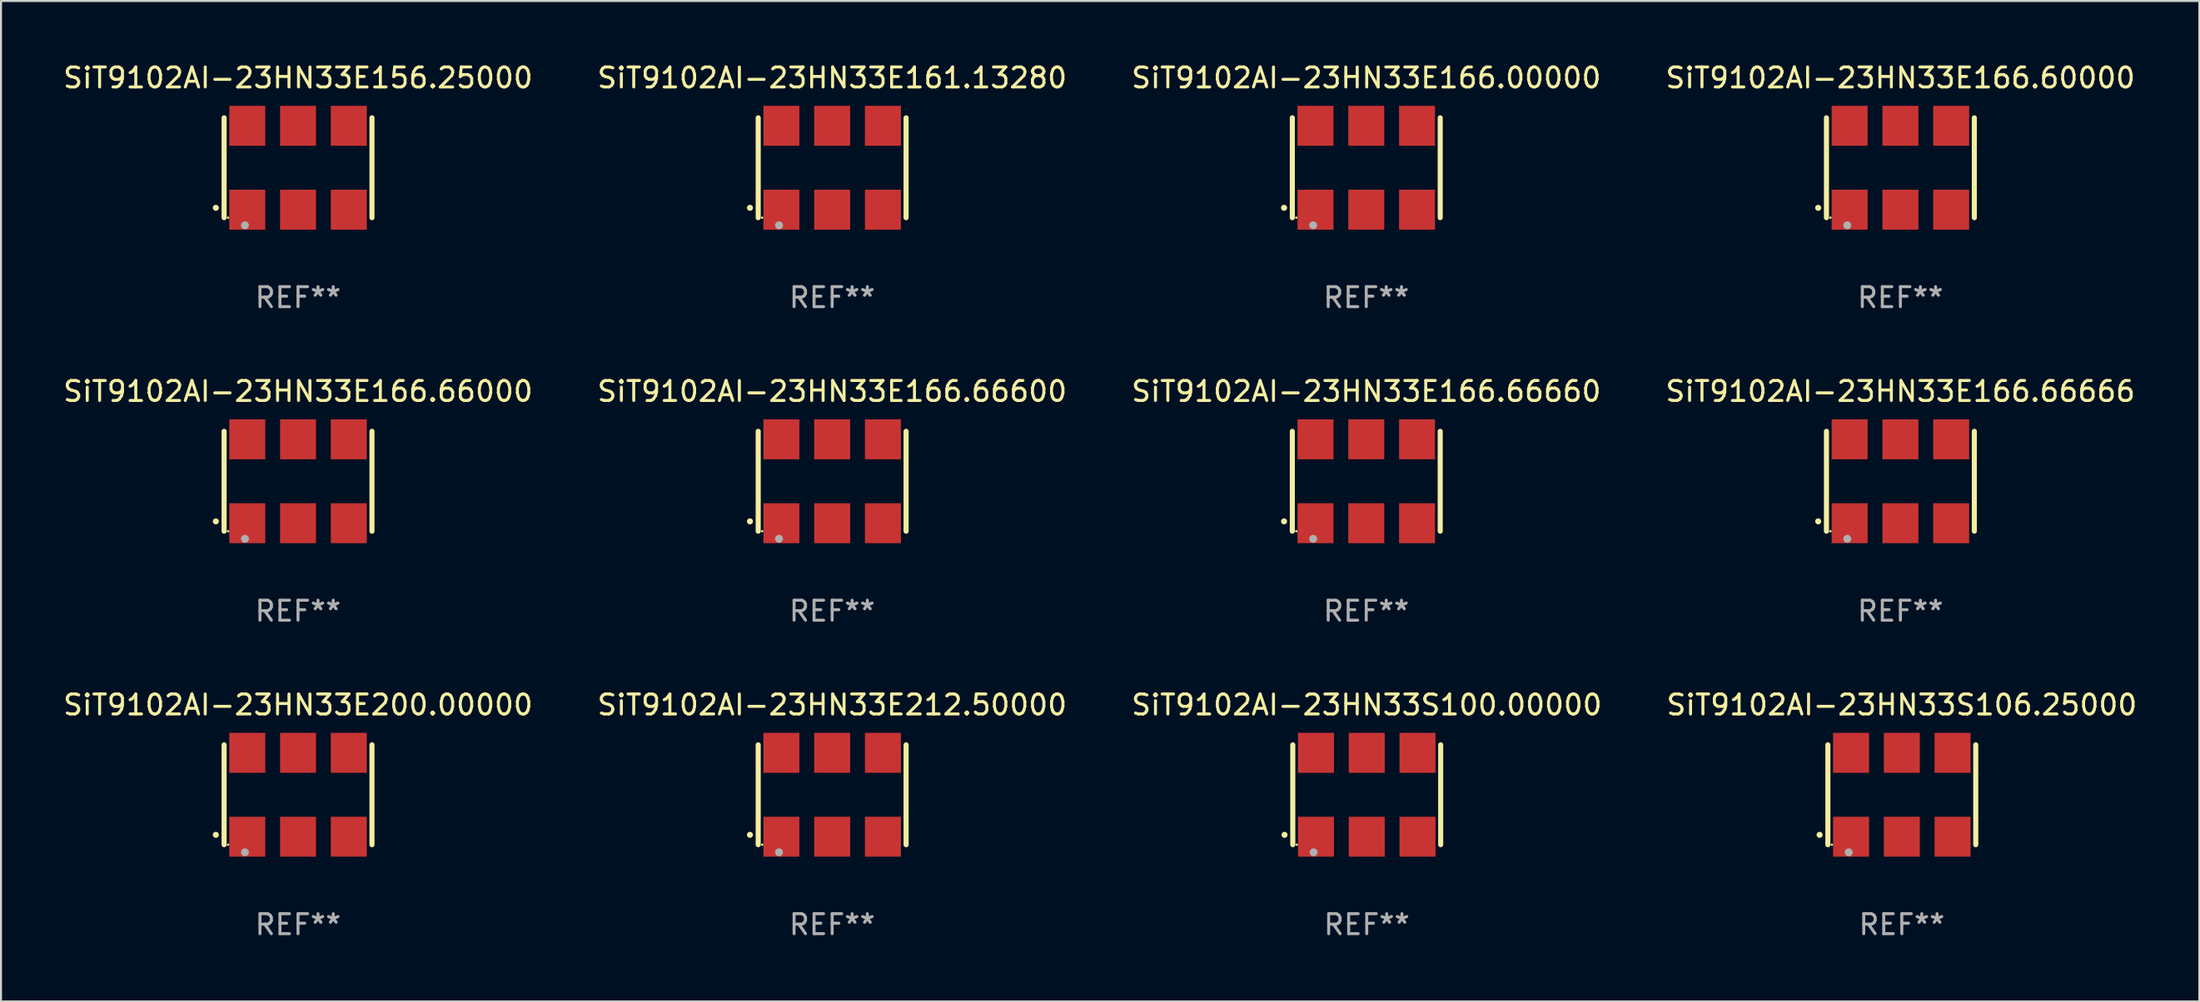
<source format=kicad_pcb>
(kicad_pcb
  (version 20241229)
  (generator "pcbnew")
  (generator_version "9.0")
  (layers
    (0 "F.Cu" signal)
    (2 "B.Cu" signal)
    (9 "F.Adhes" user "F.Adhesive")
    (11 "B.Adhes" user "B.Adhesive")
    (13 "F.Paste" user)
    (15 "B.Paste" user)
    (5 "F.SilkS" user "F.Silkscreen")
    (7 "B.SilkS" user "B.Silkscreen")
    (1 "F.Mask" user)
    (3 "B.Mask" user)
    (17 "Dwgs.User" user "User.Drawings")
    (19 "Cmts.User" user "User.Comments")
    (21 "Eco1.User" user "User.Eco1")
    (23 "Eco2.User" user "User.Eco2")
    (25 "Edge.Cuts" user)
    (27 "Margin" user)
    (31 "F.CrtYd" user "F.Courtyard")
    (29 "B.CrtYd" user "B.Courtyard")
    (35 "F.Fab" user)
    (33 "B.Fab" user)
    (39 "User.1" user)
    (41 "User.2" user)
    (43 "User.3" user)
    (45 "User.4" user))
  (footprint "SiT9102AI-23HN33E200.00000"
    (layer "F.Cu")
    (at 11.863 36.741)
    (property "Reference" "SiT9102AI-23HN33E200.00000" (at 0 -4.5 0) (layer "F.SilkS") (effects (font (size 1 1) (thickness 0.15))))
    (attr through_hole)
    (fp_line (start -3.7 -2.5) (end -3.7 2.5) (stroke (width 0.254) (type solid)) (layer "F.SilkS"))
    (fp_line (start 3.7 -2.5) (end 3.7 2.5) (stroke (width 0.254) (type solid)) (layer "F.SilkS"))
    (fp_arc (start -4.114415 2.006604) (mid -4.113145 2.006599) (end -4.111875 2.006604) (stroke (width 0.3) (type solid)) (layer "F.SilkS"))
    (fp_circle (center -3.502 2.5) (end -3.472 2.5) (stroke (width 0.06) (type solid)) (fill no) (layer "F.SilkS"))
    (fp_circle (center -2.657 2.882) (end -2.557 2.882) (stroke (width 0.2) (type solid)) (fill no) (layer "F.Fab"))
    (fp_text user "REF**" (at 0 6.5 0) (layer "F.Fab") (effects (font (size 1 1) (thickness 0.15))))
    (pad "1" smd rect (at -2.54 2.1) (size 1.8 2) (layers "F.Cu" "F.Mask" "F.Paste"))
    (pad "2" smd rect (at 0.000394 2.1) (size 1.8 2) (layers "F.Cu" "F.Mask" "F.Paste"))
    (pad "3" smd rect (at 2.54 2.1) (size 1.8 2) (layers "F.Cu" "F.Mask" "F.Paste"))
    (pad "4" smd rect (at 2.54 -2.1) (size 1.8 2) (layers "F.Cu" "F.Mask" "F.Paste"))
    (pad "5" smd rect (at 0.000394 -2.1) (size 1.8 2) (layers "F.Cu" "F.Mask" "F.Paste"))
    (pad "6" smd rect (at -2.54 -2.1) (size 1.8 2) (layers "F.Cu" "F.Mask" "F.Paste")))
  (footprint "SiT9102AI-23HN33E212.50000"
    (layer "F.Cu")
    (at 38.589 36.741)
    (property "Reference" "SiT9102AI-23HN33E212.50000" (at 0 -4.5 0) (layer "F.SilkS") (effects (font (size 1 1) (thickness 0.15))))
    (attr through_hole)
    (fp_line (start -3.7 -2.5) (end -3.7 2.5) (stroke (width 0.254) (type solid)) (layer "F.SilkS"))
    (fp_line (start 3.7 -2.5) (end 3.7 2.5) (stroke (width 0.254) (type solid)) (layer "F.SilkS"))
    (fp_arc (start -4.114415 2.006604) (mid -4.113145 2.006599) (end -4.111875 2.006604) (stroke (width 0.3) (type solid)) (layer "F.SilkS"))
    (fp_circle (center -3.502 2.5) (end -3.472 2.5) (stroke (width 0.06) (type solid)) (fill no) (layer "F.SilkS"))
    (fp_circle (center -2.657 2.882) (end -2.557 2.882) (stroke (width 0.2) (type solid)) (fill no) (layer "F.Fab"))
    (fp_text user "REF**" (at 0 6.5 0) (layer "F.Fab") (effects (font (size 1 1) (thickness 0.15))))
    (pad "1" smd rect (at -2.54 2.1) (size 1.8 2) (layers "F.Cu" "F.Mask" "F.Paste"))
    (pad "2" smd rect (at 0.000394 2.1) (size 1.8 2) (layers "F.Cu" "F.Mask" "F.Paste"))
    (pad "3" smd rect (at 2.54 2.1) (size 1.8 2) (layers "F.Cu" "F.Mask" "F.Paste"))
    (pad "4" smd rect (at 2.54 -2.1) (size 1.8 2) (layers "F.Cu" "F.Mask" "F.Paste"))
    (pad "5" smd rect (at 0.000394 -2.1) (size 1.8 2) (layers "F.Cu" "F.Mask" "F.Paste"))
    (pad "6" smd rect (at -2.54 -2.1) (size 1.8 2) (layers "F.Cu" "F.Mask" "F.Paste")))
  (footprint "SiT9102AI-23HN33S100.00000"
    (layer "F.Cu")
    (at 65.339 36.741)
    (property "Reference" "SiT9102AI-23HN33S100.00000" (at 0 -4.5 0) (layer "F.SilkS") (effects (font (size 1 1) (thickness 0.15))))
    (attr through_hole)
    (fp_line (start -3.7 -2.5) (end -3.7 2.5) (stroke (width 0.254) (type solid)) (layer "F.SilkS"))
    (fp_line (start 3.7 -2.5) (end 3.7 2.5) (stroke (width 0.254) (type solid)) (layer "F.SilkS"))
    (fp_arc (start -4.114415 2.006604) (mid -4.113145 2.006599) (end -4.111875 2.006604) (stroke (width 0.3) (type solid)) (layer "F.SilkS"))
    (fp_circle (center -3.502 2.5) (end -3.472 2.5) (stroke (width 0.06) (type solid)) (fill no) (layer "F.SilkS"))
    (fp_circle (center -2.657 2.882) (end -2.557 2.882) (stroke (width 0.2) (type solid)) (fill no) (layer "F.Fab"))
    (fp_text user "REF**" (at 0 6.5 0) (layer "F.Fab") (effects (font (size 1 1) (thickness 0.15))))
    (pad "1" smd rect (at -2.54 2.1) (size 1.8 2) (layers "F.Cu" "F.Mask" "F.Paste"))
    (pad "2" smd rect (at 0.000394 2.1) (size 1.8 2) (layers "F.Cu" "F.Mask" "F.Paste"))
    (pad "3" smd rect (at 2.54 2.1) (size 1.8 2) (layers "F.Cu" "F.Mask" "F.Paste"))
    (pad "4" smd rect (at 2.54 -2.1) (size 1.8 2) (layers "F.Cu" "F.Mask" "F.Paste"))
    (pad "5" smd rect (at 0.000394 -2.1) (size 1.8 2) (layers "F.Cu" "F.Mask" "F.Paste"))
    (pad "6" smd rect (at -2.54 -2.1) (size 1.8 2) (layers "F.Cu" "F.Mask" "F.Paste")))
  (footprint "SiT9102AI-23HN33E166.00000"
    (layer "F.Cu")
    (at 65.315 5.348)
    (property "Reference" "SiT9102AI-23HN33E166.00000" (at 0 -4.5 0) (layer "F.SilkS") (effects (font (size 1 1) (thickness 0.15))))
    (attr through_hole)
    (fp_line (start -3.7 -2.5) (end -3.7 2.5) (stroke (width 0.254) (type solid)) (layer "F.SilkS"))
    (fp_line (start 3.7 -2.5) (end 3.7 2.5) (stroke (width 0.254) (type solid)) (layer "F.SilkS"))
    (fp_arc (start -4.114415 2.006604) (mid -4.113145 2.006599) (end -4.111875 2.006604) (stroke (width 0.3) (type solid)) (layer "F.SilkS"))
    (fp_circle (center -3.502 2.5) (end -3.472 2.5) (stroke (width 0.06) (type solid)) (fill no) (layer "F.SilkS"))
    (fp_circle (center -2.657 2.882) (end -2.557 2.882) (stroke (width 0.2) (type solid)) (fill no) (layer "F.Fab"))
    (fp_text user "REF**" (at 0 6.5 0) (layer "F.Fab") (effects (font (size 1 1) (thickness 0.15))))
    (pad "1" smd rect (at -2.54 2.1) (size 1.8 2) (layers "F.Cu" "F.Mask" "F.Paste"))
    (pad "2" smd rect (at 0.000394 2.1) (size 1.8 2) (layers "F.Cu" "F.Mask" "F.Paste"))
    (pad "3" smd rect (at 2.54 2.1) (size 1.8 2) (layers "F.Cu" "F.Mask" "F.Paste"))
    (pad "4" smd rect (at 2.54 -2.1) (size 1.8 2) (layers "F.Cu" "F.Mask" "F.Paste"))
    (pad "5" smd rect (at 0.000394 -2.1) (size 1.8 2) (layers "F.Cu" "F.Mask" "F.Paste"))
    (pad "6" smd rect (at -2.54 -2.1) (size 1.8 2) (layers "F.Cu" "F.Mask" "F.Paste")))
  (footprint "SiT9102AI-23HN33E166.60000"
    (layer "F.Cu")
    (at 92.042 5.348)
    (property "Reference" "SiT9102AI-23HN33E166.60000" (at 0 -4.5 0) (layer "F.SilkS") (effects (font (size 1 1) (thickness 0.15))))
    (attr through_hole)
    (fp_line (start -3.7 -2.5) (end -3.7 2.5) (stroke (width 0.254) (type solid)) (layer "F.SilkS"))
    (fp_line (start 3.7 -2.5) (end 3.7 2.5) (stroke (width 0.254) (type solid)) (layer "F.SilkS"))
    (fp_arc (start -4.114415 2.006604) (mid -4.113145 2.006599) (end -4.111875 2.006604) (stroke (width 0.3) (type solid)) (layer "F.SilkS"))
    (fp_circle (center -3.502 2.5) (end -3.472 2.5) (stroke (width 0.06) (type solid)) (fill no) (layer "F.SilkS"))
    (fp_circle (center -2.657 2.882) (end -2.557 2.882) (stroke (width 0.2) (type solid)) (fill no) (layer "F.Fab"))
    (fp_text user "REF**" (at 0 6.5 0) (layer "F.Fab") (effects (font (size 1 1) (thickness 0.15))))
    (pad "1" smd rect (at -2.54 2.1) (size 1.8 2) (layers "F.Cu" "F.Mask" "F.Paste"))
    (pad "2" smd rect (at 0.000394 2.1) (size 1.8 2) (layers "F.Cu" "F.Mask" "F.Paste"))
    (pad "3" smd rect (at 2.54 2.1) (size 1.8 2) (layers "F.Cu" "F.Mask" "F.Paste"))
    (pad "4" smd rect (at 2.54 -2.1) (size 1.8 2) (layers "F.Cu" "F.Mask" "F.Paste"))
    (pad "5" smd rect (at 0.000394 -2.1) (size 1.8 2) (layers "F.Cu" "F.Mask" "F.Paste"))
    (pad "6" smd rect (at -2.54 -2.1) (size 1.8 2) (layers "F.Cu" "F.Mask" "F.Paste")))
  (footprint "SiT9102AI-23HN33E166.66600"
    (layer "F.Cu")
    (at 38.589 21.045)
    (property "Reference" "SiT9102AI-23HN33E166.66600" (at 0 -4.5 0) (layer "F.SilkS") (effects (font (size 1 1) (thickness 0.15))))
    (attr through_hole)
    (fp_line (start -3.7 -2.5) (end -3.7 2.5) (stroke (width 0.254) (type solid)) (layer "F.SilkS"))
    (fp_line (start 3.7 -2.5) (end 3.7 2.5) (stroke (width 0.254) (type solid)) (layer "F.SilkS"))
    (fp_arc (start -4.114415 2.006604) (mid -4.113145 2.006599) (end -4.111875 2.006604) (stroke (width 0.3) (type solid)) (layer "F.SilkS"))
    (fp_circle (center -3.502 2.5) (end -3.472 2.5) (stroke (width 0.06) (type solid)) (fill no) (layer "F.SilkS"))
    (fp_circle (center -2.657 2.882) (end -2.557 2.882) (stroke (width 0.2) (type solid)) (fill no) (layer "F.Fab"))
    (fp_text user "REF**" (at 0 6.5 0) (layer "F.Fab") (effects (font (size 1 1) (thickness 0.15))))
    (pad "1" smd rect (at -2.54 2.1) (size 1.8 2) (layers "F.Cu" "F.Mask" "F.Paste"))
    (pad "2" smd rect (at 0.000394 2.1) (size 1.8 2) (layers "F.Cu" "F.Mask" "F.Paste"))
    (pad "3" smd rect (at 2.54 2.1) (size 1.8 2) (layers "F.Cu" "F.Mask" "F.Paste"))
    (pad "4" smd rect (at 2.54 -2.1) (size 1.8 2) (layers "F.Cu" "F.Mask" "F.Paste"))
    (pad "5" smd rect (at 0.000394 -2.1) (size 1.8 2) (layers "F.Cu" "F.Mask" "F.Paste"))
    (pad "6" smd rect (at -2.54 -2.1) (size 1.8 2) (layers "F.Cu" "F.Mask" "F.Paste")))
  (footprint "SiT9102AI-23HN33S106.25000"
    (layer "F.Cu")
    (at 92.113 36.741)
    (property "Reference" "SiT9102AI-23HN33S106.25000" (at 0 -4.5 0) (layer "F.SilkS") (effects (font (size 1 1) (thickness 0.15))))
    (attr through_hole)
    (fp_line (start -3.7 -2.5) (end -3.7 2.5) (stroke (width 0.254) (type solid)) (layer "F.SilkS"))
    (fp_line (start 3.7 -2.5) (end 3.7 2.5) (stroke (width 0.254) (type solid)) (layer "F.SilkS"))
    (fp_arc (start -4.114415 2.006604) (mid -4.113145 2.006599) (end -4.111875 2.006604) (stroke (width 0.3) (type solid)) (layer "F.SilkS"))
    (fp_circle (center -3.502 2.5) (end -3.472 2.5) (stroke (width 0.06) (type solid)) (fill no) (layer "F.SilkS"))
    (fp_circle (center -2.657 2.882) (end -2.557 2.882) (stroke (width 0.2) (type solid)) (fill no) (layer "F.Fab"))
    (fp_text user "REF**" (at 0 6.5 0) (layer "F.Fab") (effects (font (size 1 1) (thickness 0.15))))
    (pad "1" smd rect (at -2.54 2.1) (size 1.8 2) (layers "F.Cu" "F.Mask" "F.Paste"))
    (pad "2" smd rect (at 0.000394 2.1) (size 1.8 2) (layers "F.Cu" "F.Mask" "F.Paste"))
    (pad "3" smd rect (at 2.54 2.1) (size 1.8 2) (layers "F.Cu" "F.Mask" "F.Paste"))
    (pad "4" smd rect (at 2.54 -2.1) (size 1.8 2) (layers "F.Cu" "F.Mask" "F.Paste"))
    (pad "5" smd rect (at 0.000394 -2.1) (size 1.8 2) (layers "F.Cu" "F.Mask" "F.Paste"))
    (pad "6" smd rect (at -2.54 -2.1) (size 1.8 2) (layers "F.Cu" "F.Mask" "F.Paste")))
  (footprint "SiT9102AI-23HN33E156.25000"
    (layer "F.Cu")
    (at 11.863 5.348)
    (property "Reference" "SiT9102AI-23HN33E156.25000" (at 0 -4.5 0) (layer "F.SilkS") (effects (font (size 1 1) (thickness 0.15))))
    (attr through_hole)
    (fp_line (start -3.7 -2.5) (end -3.7 2.5) (stroke (width 0.254) (type solid)) (layer "F.SilkS"))
    (fp_line (start 3.7 -2.5) (end 3.7 2.5) (stroke (width 0.254) (type solid)) (layer "F.SilkS"))
    (fp_arc (start -4.114415 2.006604) (mid -4.113145 2.006599) (end -4.111875 2.006604) (stroke (width 0.3) (type solid)) (layer "F.SilkS"))
    (fp_circle (center -3.502 2.5) (end -3.472 2.5) (stroke (width 0.06) (type solid)) (fill no) (layer "F.SilkS"))
    (fp_circle (center -2.657 2.882) (end -2.557 2.882) (stroke (width 0.2) (type solid)) (fill no) (layer "F.Fab"))
    (fp_text user "REF**" (at 0 6.5 0) (layer "F.Fab") (effects (font (size 1 1) (thickness 0.15))))
    (pad "1" smd rect (at -2.54 2.1) (size 1.8 2) (layers "F.Cu" "F.Mask" "F.Paste"))
    (pad "2" smd rect (at 0.000394 2.1) (size 1.8 2) (layers "F.Cu" "F.Mask" "F.Paste"))
    (pad "3" smd rect (at 2.54 2.1) (size 1.8 2) (layers "F.Cu" "F.Mask" "F.Paste"))
    (pad "4" smd rect (at 2.54 -2.1) (size 1.8 2) (layers "F.Cu" "F.Mask" "F.Paste"))
    (pad "5" smd rect (at 0.000394 -2.1) (size 1.8 2) (layers "F.Cu" "F.Mask" "F.Paste"))
    (pad "6" smd rect (at -2.54 -2.1) (size 1.8 2) (layers "F.Cu" "F.Mask" "F.Paste")))
  (footprint "SiT9102AI-23HN33E166.66660"
    (layer "F.Cu")
    (at 65.315 21.045)
    (property "Reference" "SiT9102AI-23HN33E166.66660" (at 0 -4.5 0) (layer "F.SilkS") (effects (font (size 1 1) (thickness 0.15))))
    (attr through_hole)
    (fp_line (start -3.7 -2.5) (end -3.7 2.5) (stroke (width 0.254) (type solid)) (layer "F.SilkS"))
    (fp_line (start 3.7 -2.5) (end 3.7 2.5) (stroke (width 0.254) (type solid)) (layer "F.SilkS"))
    (fp_arc (start -4.114415 2.006604) (mid -4.113145 2.006599) (end -4.111875 2.006604) (stroke (width 0.3) (type solid)) (layer "F.SilkS"))
    (fp_circle (center -3.502 2.5) (end -3.472 2.5) (stroke (width 0.06) (type solid)) (fill no) (layer "F.SilkS"))
    (fp_circle (center -2.657 2.882) (end -2.557 2.882) (stroke (width 0.2) (type solid)) (fill no) (layer "F.Fab"))
    (fp_text user "REF**" (at 0 6.5 0) (layer "F.Fab") (effects (font (size 1 1) (thickness 0.15))))
    (pad "1" smd rect (at -2.54 2.1) (size 1.8 2) (layers "F.Cu" "F.Mask" "F.Paste"))
    (pad "2" smd rect (at 0.000394 2.1) (size 1.8 2) (layers "F.Cu" "F.Mask" "F.Paste"))
    (pad "3" smd rect (at 2.54 2.1) (size 1.8 2) (layers "F.Cu" "F.Mask" "F.Paste"))
    (pad "4" smd rect (at 2.54 -2.1) (size 1.8 2) (layers "F.Cu" "F.Mask" "F.Paste"))
    (pad "5" smd rect (at 0.000394 -2.1) (size 1.8 2) (layers "F.Cu" "F.Mask" "F.Paste"))
    (pad "6" smd rect (at -2.54 -2.1) (size 1.8 2) (layers "F.Cu" "F.Mask" "F.Paste")))
  (footprint "SiT9102AI-23HN33E161.13280"
    (layer "F.Cu")
    (at 38.589 5.348)
    (property "Reference" "SiT9102AI-23HN33E161.13280" (at 0 -4.5 0) (layer "F.SilkS") (effects (font (size 1 1) (thickness 0.15))))
    (attr through_hole)
    (fp_line (start -3.7 -2.5) (end -3.7 2.5) (stroke (width 0.254) (type solid)) (layer "F.SilkS"))
    (fp_line (start 3.7 -2.5) (end 3.7 2.5) (stroke (width 0.254) (type solid)) (layer "F.SilkS"))
    (fp_arc (start -4.114415 2.006604) (mid -4.113145 2.006599) (end -4.111875 2.006604) (stroke (width 0.3) (type solid)) (layer "F.SilkS"))
    (fp_circle (center -3.502 2.5) (end -3.472 2.5) (stroke (width 0.06) (type solid)) (fill no) (layer "F.SilkS"))
    (fp_circle (center -2.657 2.882) (end -2.557 2.882) (stroke (width 0.2) (type solid)) (fill no) (layer "F.Fab"))
    (fp_text user "REF**" (at 0 6.5 0) (layer "F.Fab") (effects (font (size 1 1) (thickness 0.15))))
    (pad "1" smd rect (at -2.54 2.1) (size 1.8 2) (layers "F.Cu" "F.Mask" "F.Paste"))
    (pad "2" smd rect (at 0.000394 2.1) (size 1.8 2) (layers "F.Cu" "F.Mask" "F.Paste"))
    (pad "3" smd rect (at 2.54 2.1) (size 1.8 2) (layers "F.Cu" "F.Mask" "F.Paste"))
    (pad "4" smd rect (at 2.54 -2.1) (size 1.8 2) (layers "F.Cu" "F.Mask" "F.Paste"))
    (pad "5" smd rect (at 0.000394 -2.1) (size 1.8 2) (layers "F.Cu" "F.Mask" "F.Paste"))
    (pad "6" smd rect (at -2.54 -2.1) (size 1.8 2) (layers "F.Cu" "F.Mask" "F.Paste")))
  (footprint "SiT9102AI-23HN33E166.66666"
    (layer "F.Cu")
    (at 92.042 21.045)
    (property "Reference" "SiT9102AI-23HN33E166.66666" (at 0 -4.5 0) (layer "F.SilkS") (effects (font (size 1 1) (thickness 0.15))))
    (attr through_hole)
    (fp_line (start -3.7 -2.5) (end -3.7 2.5) (stroke (width 0.254) (type solid)) (layer "F.SilkS"))
    (fp_line (start 3.7 -2.5) (end 3.7 2.5) (stroke (width 0.254) (type solid)) (layer "F.SilkS"))
    (fp_arc (start -4.114415 2.006604) (mid -4.113145 2.006599) (end -4.111875 2.006604) (stroke (width 0.3) (type solid)) (layer "F.SilkS"))
    (fp_circle (center -3.502 2.5) (end -3.472 2.5) (stroke (width 0.06) (type solid)) (fill no) (layer "F.SilkS"))
    (fp_circle (center -2.657 2.882) (end -2.557 2.882) (stroke (width 0.2) (type solid)) (fill no) (layer "F.Fab"))
    (fp_text user "REF**" (at 0 6.5 0) (layer "F.Fab") (effects (font (size 1 1) (thickness 0.15))))
    (pad "1" smd rect (at -2.54 2.1) (size 1.8 2) (layers "F.Cu" "F.Mask" "F.Paste"))
    (pad "2" smd rect (at 0.000394 2.1) (size 1.8 2) (layers "F.Cu" "F.Mask" "F.Paste"))
    (pad "3" smd rect (at 2.54 2.1) (size 1.8 2) (layers "F.Cu" "F.Mask" "F.Paste"))
    (pad "4" smd rect (at 2.54 -2.1) (size 1.8 2) (layers "F.Cu" "F.Mask" "F.Paste"))
    (pad "5" smd rect (at 0.000394 -2.1) (size 1.8 2) (layers "F.Cu" "F.Mask" "F.Paste"))
    (pad "6" smd rect (at -2.54 -2.1) (size 1.8 2) (layers "F.Cu" "F.Mask" "F.Paste")))
  (footprint "SiT9102AI-23HN33E166.66000"
    (layer "F.Cu")
    (at 11.863 21.045)
    (property "Reference" "SiT9102AI-23HN33E166.66000" (at 0 -4.5 0) (layer "F.SilkS") (effects (font (size 1 1) (thickness 0.15))))
    (attr through_hole)
    (fp_line (start -3.7 -2.5) (end -3.7 2.5) (stroke (width 0.254) (type solid)) (layer "F.SilkS"))
    (fp_line (start 3.7 -2.5) (end 3.7 2.5) (stroke (width 0.254) (type solid)) (layer "F.SilkS"))
    (fp_arc (start -4.114415 2.006604) (mid -4.113145 2.006599) (end -4.111875 2.006604) (stroke (width 0.3) (type solid)) (layer "F.SilkS"))
    (fp_circle (center -3.502 2.5) (end -3.472 2.5) (stroke (width 0.06) (type solid)) (fill no) (layer "F.SilkS"))
    (fp_circle (center -2.657 2.882) (end -2.557 2.882) (stroke (width 0.2) (type solid)) (fill no) (layer "F.Fab"))
    (fp_text user "REF**" (at 0 6.5 0) (layer "F.Fab") (effects (font (size 1 1) (thickness 0.15))))
    (pad "1" smd rect (at -2.54 2.1) (size 1.8 2) (layers "F.Cu" "F.Mask" "F.Paste"))
    (pad "2" smd rect (at 0.000394 2.1) (size 1.8 2) (layers "F.Cu" "F.Mask" "F.Paste"))
    (pad "3" smd rect (at 2.54 2.1) (size 1.8 2) (layers "F.Cu" "F.Mask" "F.Paste"))
    (pad "4" smd rect (at 2.54 -2.1) (size 1.8 2) (layers "F.Cu" "F.Mask" "F.Paste"))
    (pad "5" smd rect (at 0.000394 -2.1) (size 1.8 2) (layers "F.Cu" "F.Mask" "F.Paste"))
    (pad "6" smd rect (at -2.54 -2.1) (size 1.8 2) (layers "F.Cu" "F.Mask" "F.Paste")))
  (gr_rect
    (start -3 -3)
    (end 107 47.09)
    (stroke (width 0.1) (type default))
    (fill no)
    (layer "Edge.Cuts")))
</source>
